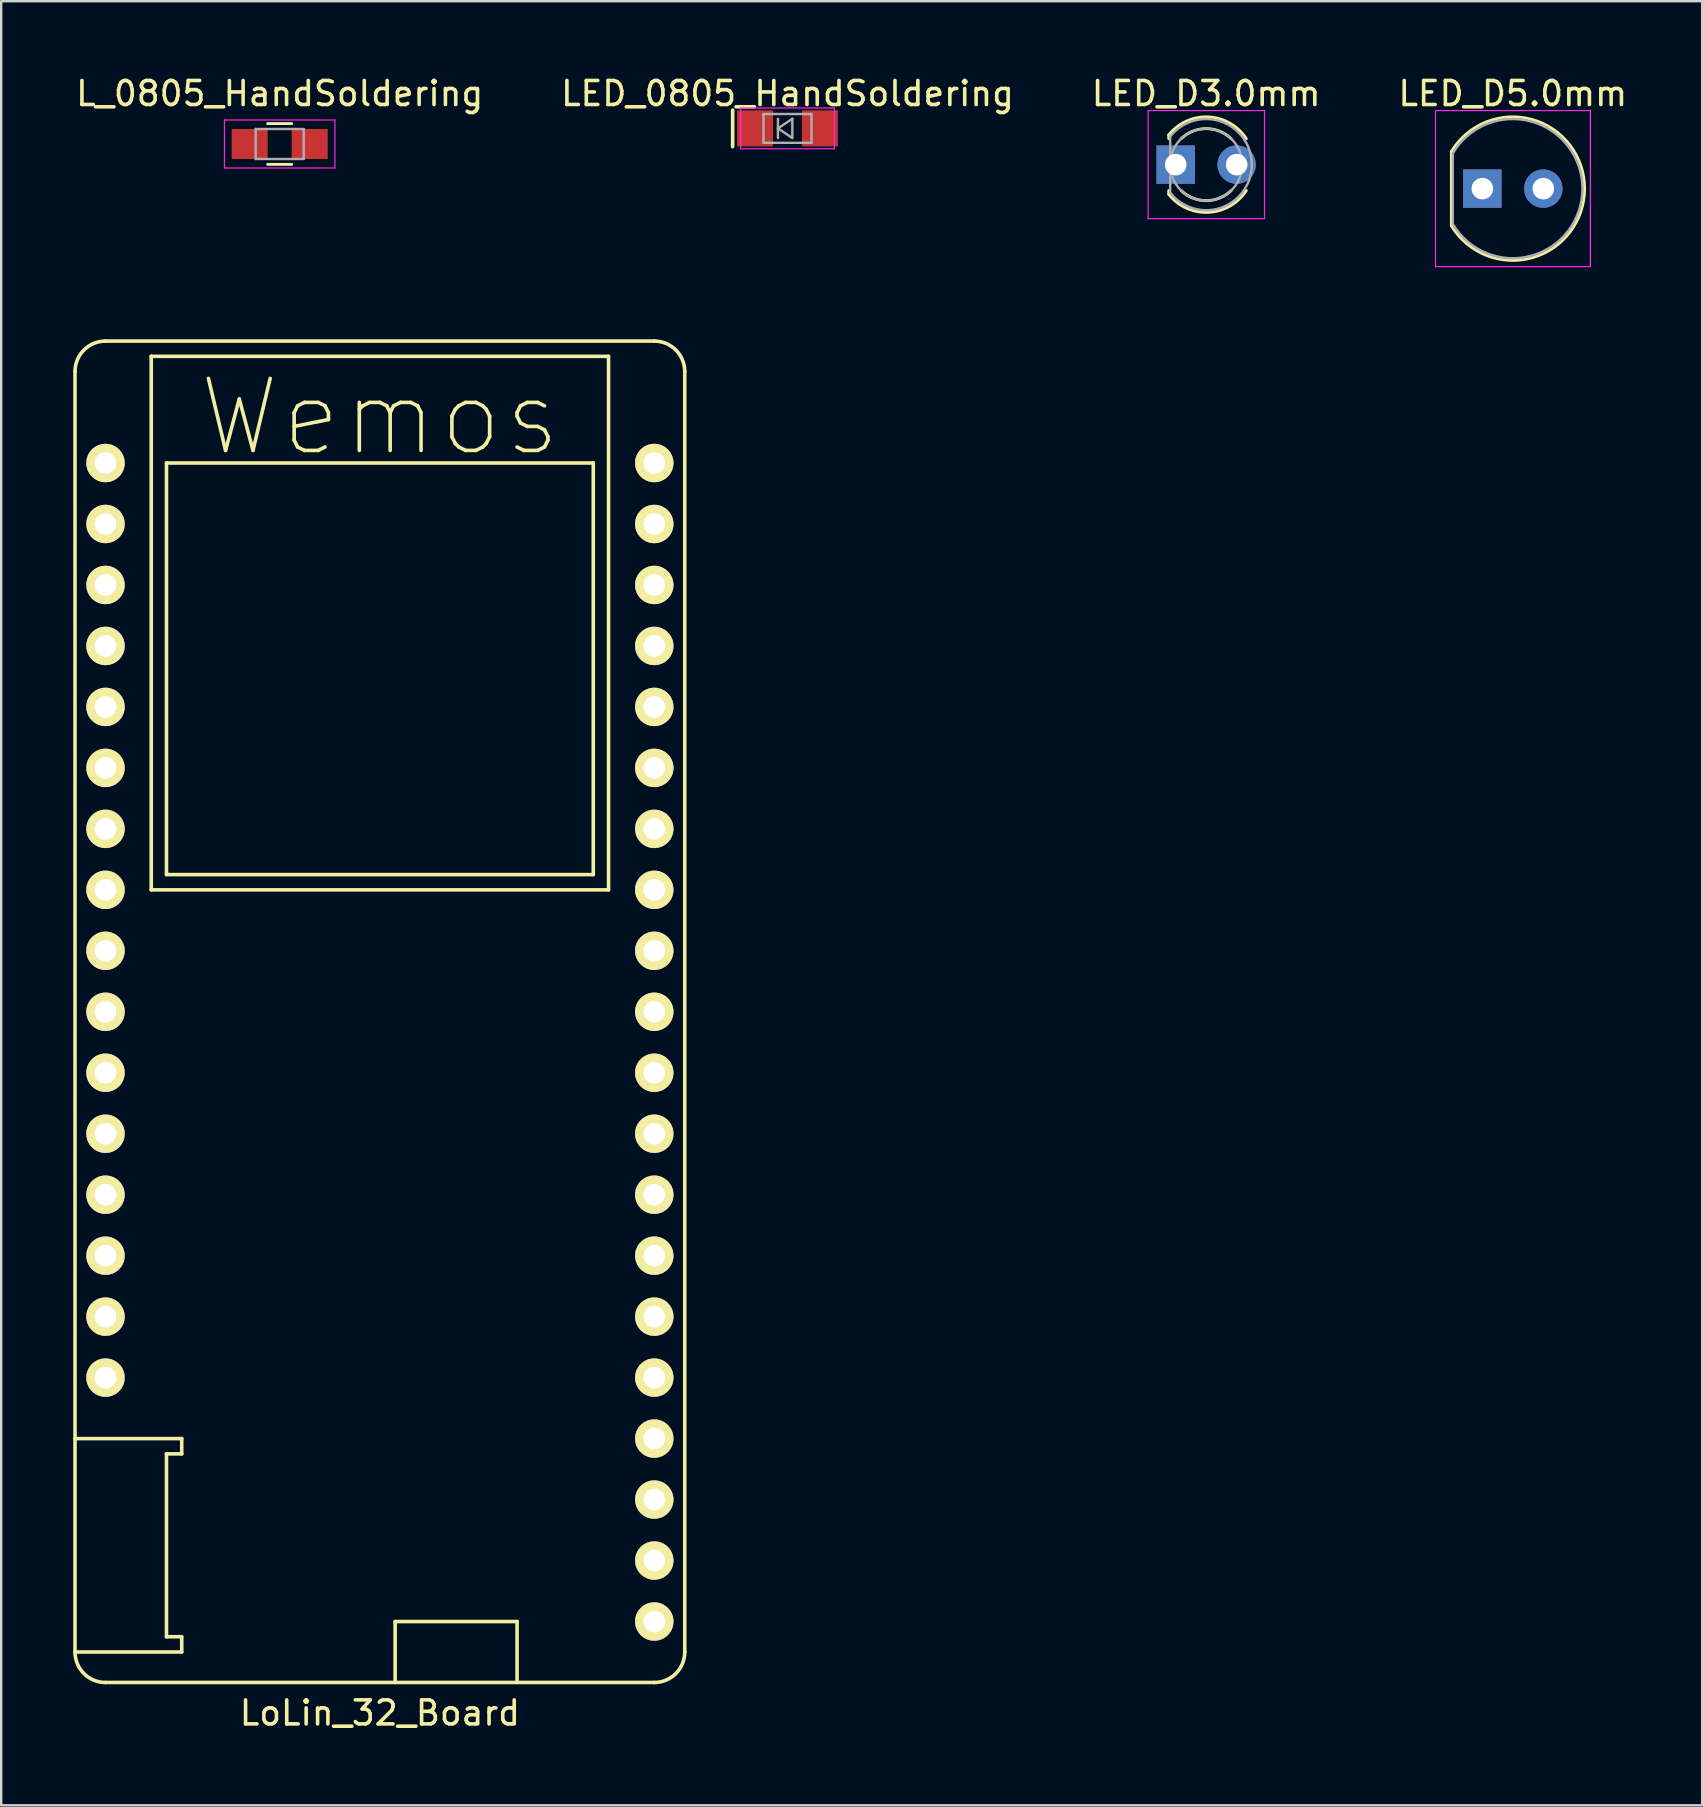
<source format=kicad_pcb>
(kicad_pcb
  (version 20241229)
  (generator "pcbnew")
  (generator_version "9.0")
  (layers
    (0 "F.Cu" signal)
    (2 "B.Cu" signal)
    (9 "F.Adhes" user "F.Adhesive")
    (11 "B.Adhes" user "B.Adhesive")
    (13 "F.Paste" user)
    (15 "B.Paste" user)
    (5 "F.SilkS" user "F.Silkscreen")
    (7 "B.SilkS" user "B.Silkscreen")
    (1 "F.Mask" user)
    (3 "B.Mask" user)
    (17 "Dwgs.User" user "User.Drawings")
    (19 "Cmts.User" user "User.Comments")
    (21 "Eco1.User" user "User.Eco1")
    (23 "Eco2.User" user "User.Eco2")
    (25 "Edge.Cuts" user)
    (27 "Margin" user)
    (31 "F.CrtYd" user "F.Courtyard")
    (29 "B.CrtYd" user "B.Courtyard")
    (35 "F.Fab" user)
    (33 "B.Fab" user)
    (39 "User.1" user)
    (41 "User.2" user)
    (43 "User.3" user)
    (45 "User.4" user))
  (footprint "LED_D3.0mm"
    (layer "F.Cu")
    (at 45.926 3.808)
    (property "Reference" "LED_D3.0mm" (at 1.27 -2.96 0) (layer "F.SilkS") (effects (font (size 1 1) (thickness 0.15))))
    (attr through_hole)
    (fp_line (start -0.29 -1.236) (end -0.29 -1.08) (stroke (width 0.12) (type solid)) (layer "F.SilkS"))
    (fp_line (start -0.29 1.08) (end -0.29 1.236) (stroke (width 0.12) (type solid)) (layer "F.SilkS"))
    (fp_arc (start -0.29 -1.235516) (mid 1.366487 -1.987659) (end 2.942335 -1.078608) (stroke (width 0.12) (type solid)) (layer "F.SilkS"))
    (fp_arc (start 0.229039 -1.08) (mid 1.270117 -1.5) (end 2.31113 -1.079837) (stroke (width 0.12) (type solid)) (layer "F.SilkS"))
    (fp_arc (start 2.31113 1.079837) (mid 1.270117 1.5) (end 0.229039 1.08) (stroke (width 0.12) (type solid)) (layer "F.SilkS"))
    (fp_arc (start 2.942335 1.078608) (mid 1.366487 1.987659) (end -0.29 1.235516) (stroke (width 0.12) (type solid)) (layer "F.SilkS"))
    (fp_line (start -1.15 -2.25) (end -1.15 2.25) (stroke (width 0.05) (type solid)) (layer "F.CrtYd"))
    (fp_line (start -1.15 2.25) (end 3.7 2.25) (stroke (width 0.05) (type solid)) (layer "F.CrtYd"))
    (fp_line (start 3.7 -2.25) (end -1.15 -2.25) (stroke (width 0.05) (type solid)) (layer "F.CrtYd"))
    (fp_line (start 3.7 2.25) (end 3.7 -2.25) (stroke (width 0.05) (type solid)) (layer "F.CrtYd"))
    (fp_line (start -0.23 -1.166) (end -0.23 1.166) (stroke (width 0.1) (type solid)) (layer "F.Fab"))
    (fp_arc (start -0.23 -1.16619) (mid 3.17 0.000452) (end -0.230555 1.165476) (stroke (width 0.1) (type solid)) (layer "F.Fab"))
    (fp_circle (center 1.27 0) (end 2.77 0) (stroke (width 0.1) (type solid)) (fill no) (layer "F.Fab"))
    (pad "1" thru_hole rect (at 0 0) (size 1.6 1.6) (drill 0.9) (layers "*.Cu" "*.Mask"))
    (pad "2" thru_hole circle (at 2.54 0) (size 1.6 1.6) (drill 0.9) (layers "*.Cu" "*.Mask")))
  (footprint "LED_D5.0mm"
    (layer "F.Cu")
    (at 58.7 4.808)
    (property "Reference" "LED_D5.0mm" (at 1.27 -3.96 0) (layer "F.SilkS") (effects (font (size 1 1) (thickness 0.15))))
    (attr through_hole)
    (fp_line (start -1.29 -1.545) (end -1.29 1.545) (stroke (width 0.12) (type solid)) (layer "F.SilkS"))
    (fp_arc (start -1.29 -1.54483) (mid 2.072002 -2.880433) (end 4.26 0.000462) (stroke (width 0.12) (type solid)) (layer "F.SilkS"))
    (fp_arc (start 4.26 -0.000462) (mid 2.072002 2.880433) (end -1.29 1.54483) (stroke (width 0.12) (type solid)) (layer "F.SilkS"))
    (fp_line (start -1.95 -3.25) (end -1.95 3.25) (stroke (width 0.05) (type solid)) (layer "F.CrtYd"))
    (fp_line (start -1.95 3.25) (end 4.5 3.25) (stroke (width 0.05) (type solid)) (layer "F.CrtYd"))
    (fp_line (start 4.5 -3.25) (end -1.95 -3.25) (stroke (width 0.05) (type solid)) (layer "F.CrtYd"))
    (fp_line (start 4.5 3.25) (end 4.5 -3.25) (stroke (width 0.05) (type solid)) (layer "F.CrtYd"))
    (fp_line (start -1.23 -1.47) (end -1.23 1.47) (stroke (width 0.1) (type solid)) (layer "F.Fab"))
    (fp_arc (start -1.23 -1.469694) (mid 4.17 0.000016) (end -1.230016 1.469666) (stroke (width 0.1) (type solid)) (layer "F.Fab"))
    (pad "1" thru_hole rect (at 0 0) (size 1.6 1.6) (drill 0.9) (layers "*.Cu" "*.Mask"))
    (pad "2" thru_hole circle (at 2.54 0) (size 1.6 1.6) (drill 0.9) (layers "*.Cu" "*.Mask")))
  (footprint "LED_0805_HandSoldering"
    (layer "F.Cu")
    (at 29.756 2.298)
    (property "Reference" "LED_0805_HandSoldering" (at 0 -1.45 0) (layer "F.SilkS") (effects (font (size 1 1) (thickness 0.15))))
    (attr smd)
    (fp_line (start -2.286 -0.762) (end -2.286 0.762) (stroke (width 0.15) (type solid)) (layer "F.SilkS"))
    (fp_line (start -1.95 -0.85) (end 1.95 -0.85) (stroke (width 0.05) (type solid)) (layer "F.CrtYd"))
    (fp_line (start -1.95 0.85) (end -1.95 -0.85) (stroke (width 0.05) (type solid)) (layer "F.CrtYd"))
    (fp_line (start 1.95 -0.85) (end 1.95 0.85) (stroke (width 0.05) (type solid)) (layer "F.CrtYd"))
    (fp_line (start 1.95 0.85) (end -1.95 0.85) (stroke (width 0.05) (type solid)) (layer "F.CrtYd"))
    (fp_line (start -1 -0.6) (end 1 -0.6) (stroke (width 0.1) (type solid)) (layer "F.Fab"))
    (fp_line (start -1 0.6) (end -1 -0.6) (stroke (width 0.1) (type solid)) (layer "F.Fab"))
    (fp_line (start -0.4 -0.4) (end -0.4 0.4) (stroke (width 0.1) (type solid)) (layer "F.Fab"))
    (fp_line (start -0.4 0) (end 0.2 -0.4) (stroke (width 0.1) (type solid)) (layer "F.Fab"))
    (fp_line (start 0.2 -0.4) (end 0.2 0.4) (stroke (width 0.1) (type solid)) (layer "F.Fab"))
    (fp_line (start 0.2 0.4) (end -0.4 0) (stroke (width 0.1) (type solid)) (layer "F.Fab"))
    (fp_line (start 1 -0.6) (end 1 0.6) (stroke (width 0.1) (type solid)) (layer "F.Fab"))
    (fp_line (start 1 0.6) (end -1 0.6) (stroke (width 0.1) (type solid)) (layer "F.Fab"))
    (pad "1" smd rect (at -1.35 0 180) (size 1.5 1.5) (layers "F.Cu" "F.Mask" "F.Paste"))
    (pad "2" smd rect (at 1.35 0 180) (size 1.5 1.5) (layers "F.Cu" "F.Mask" "F.Paste")))
  (footprint "L_0805_HandSoldering"
    (layer "F.Cu")
    (at 8.601 2.948)
    (property "Reference" "L_0805_HandSoldering" (at 0 -2.1 0) (layer "F.SilkS") (effects (font (size 1 1) (thickness 0.15))))
    (attr smd)
    (fp_line (start -0.5 0.85) (end 0.5 0.85) (stroke (width 0.12) (type solid)) (layer "F.SilkS"))
    (fp_line (start 0.5 -0.85) (end -0.5 -0.85) (stroke (width 0.12) (type solid)) (layer "F.SilkS"))
    (fp_line (start -2.3 -1) (end -2.3 1) (stroke (width 0.05) (type solid)) (layer "F.CrtYd"))
    (fp_line (start -2.3 -1) (end 2.3 -1) (stroke (width 0.05) (type solid)) (layer "F.CrtYd"))
    (fp_line (start -2.3 1) (end 2.3 1) (stroke (width 0.05) (type solid)) (layer "F.CrtYd"))
    (fp_line (start 2.3 -1) (end 2.3 1) (stroke (width 0.05) (type solid)) (layer "F.CrtYd"))
    (fp_line (start -1 -0.625) (end 1 -0.625) (stroke (width 0.1) (type solid)) (layer "F.Fab"))
    (fp_line (start -1 0.625) (end -1 -0.625) (stroke (width 0.1) (type solid)) (layer "F.Fab"))
    (fp_line (start 1 -0.625) (end 1 0.625) (stroke (width 0.1) (type solid)) (layer "F.Fab"))
    (fp_line (start 1 0.625) (end -1 0.625) (stroke (width 0.1) (type solid)) (layer "F.Fab"))
    (pad "1" smd rect (at -1.25 0) (size 1.5 1.25) (layers "F.Cu" "F.Mask" "F.Paste"))
    (pad "2" smd rect (at 1.25 0) (size 1.5 1.25) (layers "F.Cu" "F.Mask" "F.Paste")))
  (footprint "LoLin_32_Board"
    (layer "F.Cu")
    (at 12.775 40.368)
    (property "Reference" "LoLin_32_Board" (at 0 27.94 0) (layer "F.SilkS") (effects (font (size 1 1) (thickness 0.15))))
    (attr through_hole)
    (fp_line (start -12.7 -27.94) (end -12.7 25.4) (stroke (width 0.15) (type solid)) (layer "F.SilkS"))
    (fp_line (start -12.7 16.51) (end -8.255 16.51) (stroke (width 0.15) (type solid)) (layer "F.SilkS"))
    (fp_line (start -11.43 -29.21) (end 11.43 -29.21) (stroke (width 0.15) (type solid)) (layer "F.SilkS"))
    (fp_line (start -11.43 26.67) (end 11.43 26.67) (stroke (width 0.15) (type solid)) (layer "F.SilkS"))
    (fp_line (start -9.525 -28.575) (end -9.525 -6.35) (stroke (width 0.15) (type solid)) (layer "F.SilkS"))
    (fp_line (start -9.525 -6.35) (end 9.525 -6.35) (stroke (width 0.15) (type solid)) (layer "F.SilkS"))
    (fp_line (start -8.89 -24.13) (end -8.89 -6.985) (stroke (width 0.15) (type solid)) (layer "F.SilkS"))
    (fp_line (start -8.89 -6.985) (end 8.89 -6.985) (stroke (width 0.15) (type solid)) (layer "F.SilkS"))
    (fp_line (start -8.89 17.145) (end -8.89 24.765) (stroke (width 0.15) (type solid)) (layer "F.SilkS"))
    (fp_line (start -8.89 24.765) (end -8.255 24.765) (stroke (width 0.15) (type solid)) (layer "F.SilkS"))
    (fp_line (start -8.255 16.51) (end -8.255 17.145) (stroke (width 0.15) (type solid)) (layer "F.SilkS"))
    (fp_line (start -8.255 17.145) (end -8.89 17.145) (stroke (width 0.15) (type solid)) (layer "F.SilkS"))
    (fp_line (start -8.255 24.765) (end -8.255 25.4) (stroke (width 0.15) (type solid)) (layer "F.SilkS"))
    (fp_line (start -8.255 25.4) (end -12.7 25.4) (stroke (width 0.15) (type solid)) (layer "F.SilkS"))
    (fp_line (start 0.635 24.13) (end 5.715 24.13) (stroke (width 0.15) (type solid)) (layer "F.SilkS"))
    (fp_line (start 0.635 26.67) (end 0.635 24.13) (stroke (width 0.15) (type solid)) (layer "F.SilkS"))
    (fp_line (start 5.715 24.13) (end 5.715 26.67) (stroke (width 0.15) (type solid)) (layer "F.SilkS"))
    (fp_line (start 8.89 -24.13) (end -8.89 -24.13) (stroke (width 0.15) (type solid)) (layer "F.SilkS"))
    (fp_line (start 8.89 -6.985) (end 8.89 -24.13) (stroke (width 0.15) (type solid)) (layer "F.SilkS"))
    (fp_line (start 9.525 -28.575) (end -9.525 -28.575) (stroke (width 0.15) (type solid)) (layer "F.SilkS"))
    (fp_line (start 9.525 -6.35) (end 9.525 -28.575) (stroke (width 0.15) (type solid)) (layer "F.SilkS"))
    (fp_line (start 12.7 -27.94) (end 12.7 25.4) (stroke (width 0.15) (type solid)) (layer "F.SilkS"))
    (fp_arc (start -12.7 -27.94) (mid -12.328026 -28.838026) (end -11.43 -29.21) (stroke (width 0.15) (type solid)) (layer "F.SilkS"))
    (fp_arc (start -11.43 26.67) (mid -12.328026 26.298026) (end -12.7 25.4) (stroke (width 0.15) (type solid)) (layer "F.SilkS"))
    (fp_arc (start 11.43 -29.21) (mid 12.328026 -28.838026) (end 12.7 -27.94) (stroke (width 0.15) (type solid)) (layer "F.SilkS"))
    (fp_arc (start 12.7 25.4) (mid 12.328026 26.298026) (end 11.43 26.67) (stroke (width 0.15) (type solid)) (layer "F.SilkS"))
    (fp_text user "Wemos" (at 0 -26.035 0) (layer "F.SilkS") (effects (font (size 3 3) (thickness 0.15))))
    (pad "1" thru_hole circle (at -11.43 -24.13) (size 1.6 1.6) (drill 0.9) (layers "*.Cu" "*.Mask" "F.SilkS"))
    (pad "2" thru_hole circle (at -11.43 -21.59) (size 1.6 1.6) (drill 0.9) (layers "*.Cu" "*.Mask" "F.SilkS"))
    (pad "3" thru_hole circle (at -11.43 -19.05) (size 1.6 1.6) (drill 0.9) (layers "*.Cu" "*.Mask" "F.SilkS"))
    (pad "4" thru_hole circle (at -11.43 -16.51) (size 1.6 1.6) (drill 0.9) (layers "*.Cu" "*.Mask" "F.SilkS"))
    (pad "5" thru_hole circle (at -11.43 -13.97) (size 1.6 1.6) (drill 0.9) (layers "*.Cu" "*.Mask" "F.SilkS"))
    (pad "6" thru_hole circle (at -11.43 -11.43) (size 1.6 1.6) (drill 0.9) (layers "*.Cu" "*.Mask" "F.SilkS"))
    (pad "7" thru_hole circle (at -11.43 -8.89) (size 1.6 1.6) (drill 0.9) (layers "*.Cu" "*.Mask" "F.SilkS"))
    (pad "8" thru_hole circle (at -11.43 -6.35) (size 1.6 1.6) (drill 0.9) (layers "*.Cu" "*.Mask" "F.SilkS"))
    (pad "9" thru_hole circle (at -11.43 -3.81) (size 1.6 1.6) (drill 0.9) (layers "*.Cu" "*.Mask" "F.SilkS"))
    (pad "10" thru_hole circle (at -11.43 -1.27) (size 1.6 1.6) (drill 0.9) (layers "*.Cu" "*.Mask" "F.SilkS"))
    (pad "11" thru_hole circle (at -11.43 1.27) (size 1.6 1.6) (drill 0.9) (layers "*.Cu" "*.Mask" "F.SilkS"))
    (pad "12" thru_hole circle (at -11.43 3.81) (size 1.6 1.6) (drill 0.9) (layers "*.Cu" "*.Mask" "F.SilkS"))
    (pad "13" thru_hole circle (at -11.43 6.35) (size 1.6 1.6) (drill 0.9) (layers "*.Cu" "*.Mask" "F.SilkS"))
    (pad "14" thru_hole circle (at -11.43 8.89) (size 1.6 1.6) (drill 0.9) (layers "*.Cu" "*.Mask" "F.SilkS"))
    (pad "15" thru_hole circle (at -11.43 11.43) (size 1.6 1.6) (drill 0.9) (layers "*.Cu" "*.Mask" "F.SilkS"))
    (pad "16" thru_hole circle (at -11.43 13.97) (size 1.6 1.6) (drill 0.9) (layers "*.Cu" "*.Mask" "F.SilkS"))
    (pad "17" thru_hole circle (at 11.43 -24.13) (size 1.6 1.6) (drill 0.9) (layers "*.Cu" "*.Mask" "F.SilkS"))
    (pad "18" thru_hole circle (at 11.43 -21.59) (size 1.6 1.6) (drill 0.9) (layers "*.Cu" "*.Mask" "F.SilkS"))
    (pad "19" thru_hole circle (at 11.43 -19.05) (size 1.6 1.6) (drill 0.9) (layers "*.Cu" "*.Mask" "F.SilkS"))
    (pad "20" thru_hole circle (at 11.43 -16.51) (size 1.6 1.6) (drill 0.9) (layers "*.Cu" "*.Mask" "F.SilkS"))
    (pad "21" thru_hole circle (at 11.43 -13.97) (size 1.6 1.6) (drill 0.9) (layers "*.Cu" "*.Mask" "F.SilkS"))
    (pad "22" thru_hole circle (at 11.43 -11.43) (size 1.6 1.6) (drill 0.9) (layers "*.Cu" "*.Mask" "F.SilkS"))
    (pad "23" thru_hole circle (at 11.43 -8.89) (size 1.6 1.6) (drill 0.9) (layers "*.Cu" "*.Mask" "F.SilkS"))
    (pad "24" thru_hole circle (at 11.43 -6.35) (size 1.6 1.6) (drill 0.9) (layers "*.Cu" "*.Mask" "F.SilkS"))
    (pad "25" thru_hole circle (at 11.43 -3.81) (size 1.6 1.6) (drill 0.9) (layers "*.Cu" "*.Mask" "F.SilkS"))
    (pad "26" thru_hole circle (at 11.43 -1.27) (size 1.6 1.6) (drill 0.9) (layers "*.Cu" "*.Mask" "F.SilkS"))
    (pad "27" thru_hole circle (at 11.43 1.27) (size 1.6 1.6) (drill 0.9) (layers "*.Cu" "*.Mask" "F.SilkS"))
    (pad "28" thru_hole circle (at 11.43 3.81) (size 1.6 1.6) (drill 0.9) (layers "*.Cu" "*.Mask" "F.SilkS"))
    (pad "29" thru_hole circle (at 11.43 6.35) (size 1.6 1.6) (drill 0.9) (layers "*.Cu" "*.Mask" "F.SilkS"))
    (pad "30" thru_hole circle (at 11.43 8.89) (size 1.6 1.6) (drill 0.9) (layers "*.Cu" "*.Mask" "F.SilkS"))
    (pad "31" thru_hole circle (at 11.43 11.43) (size 1.6 1.6) (drill 0.9) (layers "*.Cu" "*.Mask" "F.SilkS"))
    (pad "32" thru_hole circle (at 11.43 13.97) (size 1.6 1.6) (drill 0.9) (layers "*.Cu" "*.Mask" "F.SilkS"))
    (pad "33" thru_hole circle (at 11.43 16.51) (size 1.6 1.6) (drill 0.9) (layers "*.Cu" "*.Mask" "F.SilkS"))
    (pad "34" thru_hole circle (at 11.43 19.05) (size 1.6 1.6) (drill 0.9) (layers "*.Cu" "*.Mask" "F.SilkS"))
    (pad "35" thru_hole circle (at 11.43 21.59) (size 1.6 1.6) (drill 0.9) (layers "*.Cu" "*.Mask" "F.SilkS"))
    (pad "36" thru_hole circle (at 11.43 24.13) (size 1.6 1.6) (drill 0.9) (layers "*.Cu" "*.Mask" "F.SilkS")))
  (gr_rect
    (start -3 -3)
    (end 67.857 72.156)
    (stroke (width 0.1) (type default))
    (fill no)
    (layer "Edge.Cuts")))
</source>
